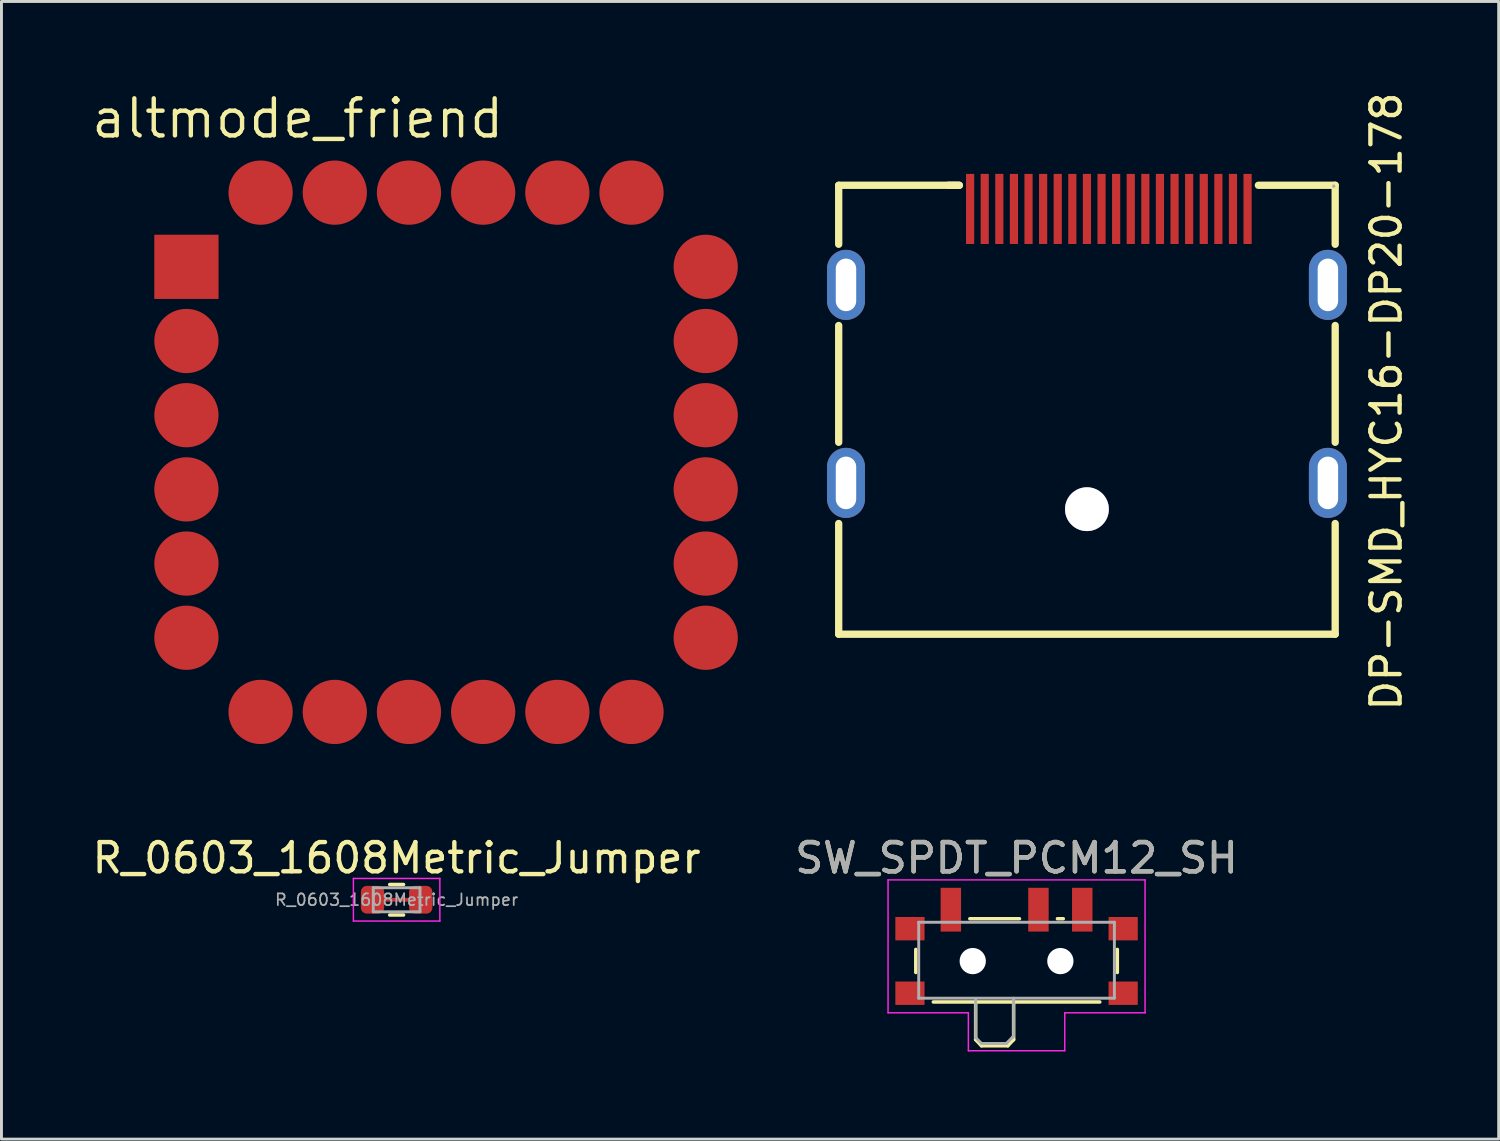
<source format=kicad_pcb>
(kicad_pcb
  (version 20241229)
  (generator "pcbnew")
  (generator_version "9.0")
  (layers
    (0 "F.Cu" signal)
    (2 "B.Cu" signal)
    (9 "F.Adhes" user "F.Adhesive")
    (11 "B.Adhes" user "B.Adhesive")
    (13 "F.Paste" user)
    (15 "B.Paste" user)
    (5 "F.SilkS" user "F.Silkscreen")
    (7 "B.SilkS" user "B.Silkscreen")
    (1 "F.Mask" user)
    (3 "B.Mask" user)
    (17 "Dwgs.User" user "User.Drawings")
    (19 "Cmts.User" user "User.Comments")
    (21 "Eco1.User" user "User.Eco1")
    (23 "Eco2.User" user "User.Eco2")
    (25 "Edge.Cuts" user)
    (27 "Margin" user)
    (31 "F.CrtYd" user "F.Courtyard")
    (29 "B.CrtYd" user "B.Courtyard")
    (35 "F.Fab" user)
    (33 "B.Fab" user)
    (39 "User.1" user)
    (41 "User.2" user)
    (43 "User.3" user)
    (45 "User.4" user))
  (footprint "altmode_friend"
    (layer "F.Cu")
    (at 12.223 12.436)
    (property "Reference" "altmode_friend" (at -5.08 -11.43 0) (layer "F.SilkS") (effects (font (size 1.27 1.27) (thickness 0.15))))
    (attr through_hole)
    (fp_rect (start -9.906 -7.366) (end -7.874 -5.334) (stroke (width 0.15) (type solid)) (fill no) (layer "Eco1.User"))
    (fp_circle (center -8.89 -3.81) (end -8.128 -3.048) (stroke (width 0.15) (type solid)) (fill no) (layer "Eco1.User"))
    (fp_circle (center -8.89 -1.27) (end -8.128 -2.032) (stroke (width 0.15) (type solid)) (fill no) (layer "Eco1.User"))
    (fp_circle (center -8.89 1.27) (end -8.128 0.508) (stroke (width 0.15) (type solid)) (fill no) (layer "Eco1.User"))
    (fp_circle (center -8.89 3.81) (end -8.128 3.048) (stroke (width 0.15) (type solid)) (fill no) (layer "Eco1.User"))
    (fp_circle (center -8.89 6.35) (end -8.128 5.588) (stroke (width 0.15) (type solid)) (fill no) (layer "Eco1.User"))
    (fp_circle (center -6.35 -8.89) (end -5.588 -9.652) (stroke (width 0.15) (type solid)) (fill no) (layer "Eco1.User"))
    (fp_circle (center -6.35 8.89) (end -5.588 8.128) (stroke (width 0.15) (type solid)) (fill no) (layer "Eco1.User"))
    (fp_circle (center -3.81 -8.89) (end -3.048 -9.652) (stroke (width 0.15) (type solid)) (fill no) (layer "Eco1.User"))
    (fp_circle (center -3.81 8.89) (end -3.048 8.128) (stroke (width 0.15) (type solid)) (fill no) (layer "Eco1.User"))
    (fp_circle (center -1.27 -8.89) (end -0.508 -9.652) (stroke (width 0.15) (type solid)) (fill no) (layer "Eco1.User"))
    (fp_circle (center -1.27 8.89) (end -0.508 8.128) (stroke (width 0.15) (type solid)) (fill no) (layer "Eco1.User"))
    (fp_circle (center 1.27 -8.89) (end 2.032 -9.652) (stroke (width 0.15) (type solid)) (fill no) (layer "Eco1.User"))
    (fp_circle (center 1.27 8.89) (end 2.032 8.128) (stroke (width 0.15) (type solid)) (fill no) (layer "Eco1.User"))
    (fp_circle (center 3.81 -8.89) (end 4.572 -9.652) (stroke (width 0.15) (type solid)) (fill no) (layer "Eco1.User"))
    (fp_circle (center 3.81 8.89) (end 4.572 8.128) (stroke (width 0.15) (type solid)) (fill no) (layer "Eco1.User"))
    (fp_circle (center 6.35 -8.89) (end 7.112 -9.652) (stroke (width 0.15) (type solid)) (fill no) (layer "Eco1.User"))
    (fp_circle (center 6.35 8.89) (end 7.112 8.128) (stroke (width 0.15) (type solid)) (fill no) (layer "Eco1.User"))
    (fp_circle (center 8.89 -6.35) (end 9.652 -7.112) (stroke (width 0.15) (type solid)) (fill no) (layer "Eco1.User"))
    (fp_circle (center 8.89 -3.81) (end 9.652 -4.572) (stroke (width 0.15) (type solid)) (fill no) (layer "Eco1.User"))
    (fp_circle (center 8.89 -1.27) (end 9.652 -2.032) (stroke (width 0.15) (type solid)) (fill no) (layer "Eco1.User"))
    (fp_circle (center 8.89 1.27) (end 9.652 0.508) (stroke (width 0.15) (type solid)) (fill no) (layer "Eco1.User"))
    (fp_circle (center 8.89 3.81) (end 9.652 3.048) (stroke (width 0.15) (type solid)) (fill no) (layer "Eco1.User"))
    (fp_circle (center 8.89 6.35) (end 9.652 5.588) (stroke (width 0.15) (type solid)) (fill no) (layer "Eco1.User"))
    (pad "1" smd rect (at -8.89 -6.35) (size 2.2 2.2) (layers "F.Cu" "F.Mask" "F.Paste"))
    (pad "2" smd circle (at -8.89 -3.81) (size 2.2 2.2) (layers "F.Cu" "F.Mask" "F.Paste"))
    (pad "3" smd circle (at -8.89 -1.27) (size 2.2 2.2) (layers "F.Cu" "F.Mask" "F.Paste"))
    (pad "4" smd circle (at -8.89 1.27) (size 2.2 2.2) (layers "F.Cu" "F.Mask" "F.Paste"))
    (pad "5" smd circle (at -8.89 3.81) (size 2.2 2.2) (layers "F.Cu" "F.Mask" "F.Paste"))
    (pad "6" smd circle (at -8.89 6.35) (size 2.2 2.2) (layers "F.Cu" "F.Mask" "F.Paste"))
    (pad "7" smd circle (at -6.35 8.89) (size 2.2 2.2) (layers "F.Cu" "F.Mask" "F.Paste"))
    (pad "8" smd circle (at -3.81 8.89) (size 2.2 2.2) (layers "F.Cu" "F.Mask" "F.Paste"))
    (pad "9" smd circle (at -1.27 8.89) (size 2.2 2.2) (layers "F.Cu" "F.Mask" "F.Paste"))
    (pad "10" smd circle (at 1.27 8.89) (size 2.2 2.2) (layers "F.Cu" "F.Mask" "F.Paste"))
    (pad "11" smd circle (at 3.81 8.89) (size 2.2 2.2) (layers "F.Cu" "F.Mask" "F.Paste"))
    (pad "12" smd circle (at 6.35 8.89) (size 2.2 2.2) (layers "F.Cu" "F.Mask" "F.Paste"))
    (pad "13" smd circle (at 8.89 6.35) (size 2.2 2.2) (layers "F.Cu" "F.Mask" "F.Paste"))
    (pad "14" smd circle (at 8.89 3.81) (size 2.2 2.2) (layers "F.Cu" "F.Mask" "F.Paste"))
    (pad "15" smd circle (at 8.89 1.27) (size 2.2 2.2) (layers "F.Cu" "F.Mask" "F.Paste"))
    (pad "16" smd circle (at 8.89 -1.27) (size 2.2 2.2) (layers "F.Cu" "F.Mask" "F.Paste"))
    (pad "17" smd circle (at 8.89 -3.81) (size 2.2 2.2) (layers "F.Cu" "F.Mask" "F.Paste"))
    (pad "18" smd circle (at 8.89 -6.35) (size 2.2 2.2) (layers "F.Cu" "F.Mask" "F.Paste"))
    (pad "19" smd circle (at 6.35 -8.89) (size 2.2 2.2) (layers "F.Cu" "F.Mask" "F.Paste"))
    (pad "20" smd circle (at 3.81 -8.89) (size 2.2 2.2) (layers "F.Cu" "F.Mask" "F.Paste"))
    (pad "21" smd circle (at 1.27 -8.89) (size 2.2 2.2) (layers "F.Cu" "F.Mask" "F.Paste"))
    (pad "22" smd circle (at -1.27 -8.89) (size 2.2 2.2) (layers "F.Cu" "F.Mask" "F.Paste"))
    (pad "23" smd circle (at -3.81 -8.89) (size 2.2 2.2) (layers "F.Cu" "F.Mask" "F.Paste"))
    (pad "24" smd circle (at -6.35 -8.89) (size 2.2 2.2) (layers "F.Cu" "F.Mask" "F.Paste")))
  (footprint "DP-SMD_HYC16-DP20-178"
    (layer "F.Cu")
    (at 34.166 8.794)
    (property "Reference" "DP-SMD_HYC16-DP20-178" (at 10.25 1.903 90) (layer "F.SilkS") (effects (font (size 1 1) (thickness 0.15))))
    (attr through_hole)
    (fp_line (start -8.5 -5.5) (end -8.5 -3.48) (stroke (width 0.25) (type solid)) (layer "F.SilkS"))
    (fp_line (start -8.5 -0.7) (end -8.5 3.3) (stroke (width 0.25) (type solid)) (layer "F.SilkS"))
    (fp_line (start -8.5 6.08) (end -8.5 9.87) (stroke (width 0.25) (type solid)) (layer "F.SilkS"))
    (fp_line (start -4.37 -5.5) (end -8.5 -5.5) (stroke (width 0.25) (type solid)) (layer "F.SilkS"))
    (fp_line (start -4.37 -5.5) (end -4.75 -5.5) (stroke (width 0.25) (type solid)) (layer "F.SilkS"))
    (fp_line (start 5.87 -5.5) (end 8.5 -5.5) (stroke (width 0.25) (type solid)) (layer "F.SilkS"))
    (fp_line (start 8.5 -5.5) (end 8.5 -3.48) (stroke (width 0.25) (type solid)) (layer "F.SilkS"))
    (fp_line (start 8.5 -0.7) (end 8.5 3.3) (stroke (width 0.25) (type solid)) (layer "F.SilkS"))
    (fp_line (start 8.5 6.08) (end 8.5 9.87) (stroke (width 0.25) (type solid)) (layer "F.SilkS"))
    (fp_line (start 8.5 9.87) (end -8.5 9.87) (stroke (width 0.25) (type solid)) (layer "F.SilkS"))
    (fp_circle (center 0 5.59) (end 0.33 5.59) (stroke (width 0.65) (type solid)) (fill no) (layer "Cmts.User"))
    (fp_circle (center 8.45 -5.47) (end 8.48 -5.47) (stroke (width 0.06) (type solid)) (fill no) (layer "F.Fab"))
    (pad "" thru_hole circle (at 0 5.59) (size 1.5 1.5) (drill 1.5) (layers "*.Cu" "*.Mask"))
    (pad "1" smd rect (at 5.5 -4.69) (size 0.28 2.4) (layers "F.Cu" "F.Mask" "F.Paste"))
    (pad "2" smd rect (at 5 -4.69) (size 0.28 2.4) (layers "F.Cu" "F.Mask" "F.Paste"))
    (pad "3" smd rect (at 4.5 -4.69) (size 0.28 2.4) (layers "F.Cu" "F.Mask" "F.Paste"))
    (pad "4" smd rect (at 4 -4.69) (size 0.28 2.4) (layers "F.Cu" "F.Mask" "F.Paste"))
    (pad "5" smd rect (at 3.5 -4.69) (size 0.28 2.4) (layers "F.Cu" "F.Mask" "F.Paste"))
    (pad "6" smd rect (at 3 -4.69) (size 0.28 2.4) (layers "F.Cu" "F.Mask" "F.Paste"))
    (pad "7" smd rect (at 2.5 -4.69) (size 0.28 2.4) (layers "F.Cu" "F.Mask" "F.Paste"))
    (pad "8" smd rect (at 2 -4.69) (size 0.28 2.4) (layers "F.Cu" "F.Mask" "F.Paste"))
    (pad "9" smd rect (at 1.5 -4.69) (size 0.28 2.4) (layers "F.Cu" "F.Mask" "F.Paste"))
    (pad "10" smd rect (at 1 -4.69) (size 0.28 2.4) (layers "F.Cu" "F.Mask" "F.Paste"))
    (pad "11" smd rect (at 0.5 -4.69) (size 0.28 2.4) (layers "F.Cu" "F.Mask" "F.Paste"))
    (pad "12" smd rect (at 0 -4.69) (size 0.28 2.4) (layers "F.Cu" "F.Mask" "F.Paste"))
    (pad "13" smd rect (at -0.5 -4.69) (size 0.28 2.4) (layers "F.Cu" "F.Mask" "F.Paste"))
    (pad "14" smd rect (at -1 -4.69) (size 0.28 2.4) (layers "F.Cu" "F.Mask" "F.Paste"))
    (pad "15" smd rect (at -1.5 -4.69) (size 0.28 2.4) (layers "F.Cu" "F.Mask" "F.Paste"))
    (pad "16" smd rect (at -2 -4.69) (size 0.28 2.4) (layers "F.Cu" "F.Mask" "F.Paste"))
    (pad "17" smd rect (at -2.5 -4.69) (size 0.28 2.4) (layers "F.Cu" "F.Mask" "F.Paste"))
    (pad "18" smd rect (at -3 -4.69) (size 0.28 2.4) (layers "F.Cu" "F.Mask" "F.Paste"))
    (pad "19" smd rect (at -3.5 -4.69) (size 0.28 2.4) (layers "F.Cu" "F.Mask" "F.Paste"))
    (pad "20" smd rect (at -4 -4.69) (size 0.28 2.4) (layers "F.Cu" "F.Mask" "F.Paste"))
    (pad "21" thru_hole oval (at -8.25 -2.09) (size 1.3 2.4) (drill oval 0.7 1.8) (layers "*.Cu" "*.Paste" "*.Mask"))
    (pad "22" thru_hole oval (at -8.25 4.69) (size 1.3 2.4) (drill oval 0.7 1.8) (layers "*.Cu" "*.Paste" "*.Mask"))
    (pad "23" thru_hole oval (at 8.25 4.69) (size 1.3 2.4) (drill oval 0.7 1.8) (layers "*.Cu" "*.Paste" "*.Mask"))
    (pad "24" thru_hole oval (at 8.25 -2.09) (size 1.3 2.4) (drill oval 0.7 1.8) (layers "*.Cu" "*.Paste" "*.Mask")))
  (footprint "R_0603_1608Metric_Jumper"
    (layer "F.Cu")
    (at 10.53 27.757)
    (property "Reference" "R_0603_1608Metric_Jumper" (at 0 -1.43 180) (layer "F.SilkS") (effects (font (size 1 1) (thickness 0.15))))
    (attr smd exclude_from_bom allow_soldermask_bridges)
    (fp_rect (start -0.42 -0.06) (end 0.42 0.06) (stroke (width 0.01) (type solid)) (fill yes) (layer "F.Cu"))
    (fp_rect (start -0.45 -0.18) (end 0.45 0.18) (stroke (width 0.12) (type solid)) (fill yes) (layer "F.Mask"))
    (fp_line (start -0.237 -0.522) (end 0.237 -0.522) (stroke (width 0.12) (type solid)) (layer "F.SilkS"))
    (fp_line (start -0.237 0.522) (end 0.237 0.522) (stroke (width 0.12) (type solid)) (layer "F.SilkS"))
    (fp_line (start -1.48 -0.73) (end 1.48 -0.73) (stroke (width 0.05) (type solid)) (layer "F.CrtYd"))
    (fp_line (start -1.48 0.73) (end -1.48 -0.73) (stroke (width 0.05) (type solid)) (layer "F.CrtYd"))
    (fp_line (start 1.48 -0.73) (end 1.48 0.73) (stroke (width 0.05) (type solid)) (layer "F.CrtYd"))
    (fp_line (start 1.48 0.73) (end -1.48 0.73) (stroke (width 0.05) (type solid)) (layer "F.CrtYd"))
    (fp_line (start -0.8 -0.412) (end 0.8 -0.412) (stroke (width 0.1) (type solid)) (layer "F.Fab"))
    (fp_line (start -0.8 0.412) (end -0.8 -0.412) (stroke (width 0.1) (type solid)) (layer "F.Fab"))
    (fp_line (start 0.8 -0.412) (end 0.8 0.412) (stroke (width 0.1) (type solid)) (layer "F.Fab"))
    (fp_line (start 0.8 0.412) (end -0.8 0.412) (stroke (width 0.1) (type solid)) (layer "F.Fab"))
    (fp_text user "${REFERENCE}" (at 0 0 180) (layer "F.Fab") (effects (font (size 0.4 0.4) (thickness 0.06))))
    (pad "1" smd roundrect (at -0.825 0) (size 0.8 0.95) (layers "F.Cu" "F.Mask" "F.Paste") (roundrect_rratio 0.25))
    (pad "2" smd roundrect (at 0.825 0) (size 0.8 0.95) (layers "F.Cu" "F.Mask" "F.Paste") (roundrect_rratio 0.25)))
  (footprint "SW_SPDT_PCM12_SH"
    (layer "F.Cu")
    (at 31.756 29.527)
    (property "Reference" "SW_SPDT_PCM12_SH" (at 0 -3.2 0) (layer "F.SilkS") (effects (font (size 1 1) (thickness 0.15))))
    (attr smd)
    (fp_line (start -3.45 -0.07) (end -3.45 0.72) (stroke (width 0.12) (type solid)) (layer "F.SilkS"))
    (fp_line (start -2.85 1.73) (end 2.85 1.73) (stroke (width 0.12) (type solid)) (layer "F.SilkS"))
    (fp_line (start -1.6 -1.12) (end 0.1 -1.12) (stroke (width 0.12) (type solid)) (layer "F.SilkS"))
    (fp_line (start -1.4 1.73) (end -1.4 3.02) (stroke (width 0.12) (type solid)) (layer "F.SilkS"))
    (fp_line (start -1.4 3.02) (end -1.2 3.23) (stroke (width 0.12) (type solid)) (layer "F.SilkS"))
    (fp_line (start -1.2 3.23) (end -0.3 3.23) (stroke (width 0.12) (type solid)) (layer "F.SilkS"))
    (fp_line (start -0.1 3.02) (end -0.3 3.23) (stroke (width 0.12) (type solid)) (layer "F.SilkS"))
    (fp_line (start -0.1 3.02) (end -0.1 1.73) (stroke (width 0.12) (type solid)) (layer "F.SilkS"))
    (fp_line (start 1.4 -1.12) (end 1.6 -1.12) (stroke (width 0.12) (type solid)) (layer "F.SilkS"))
    (fp_line (start 3.45 0.72) (end 3.45 -0.07) (stroke (width 0.12) (type solid)) (layer "F.SilkS"))
    (fp_line (start -4.4 -2.45) (end 4.4 -2.45) (stroke (width 0.05) (type solid)) (layer "F.CrtYd"))
    (fp_line (start -4.4 2.1) (end -4.4 -2.45) (stroke (width 0.05) (type solid)) (layer "F.CrtYd"))
    (fp_line (start -1.65 2.1) (end -4.4 2.1) (stroke (width 0.05) (type solid)) (layer "F.CrtYd"))
    (fp_line (start -1.65 3.4) (end -1.65 2.1) (stroke (width 0.05) (type solid)) (layer "F.CrtYd"))
    (fp_line (start 1.65 2.1) (end 1.65 3.4) (stroke (width 0.05) (type solid)) (layer "F.CrtYd"))
    (fp_line (start 1.65 3.4) (end -1.65 3.4) (stroke (width 0.05) (type solid)) (layer "F.CrtYd"))
    (fp_line (start 4.4 -2.45) (end 4.4 2.1) (stroke (width 0.05) (type solid)) (layer "F.CrtYd"))
    (fp_line (start 4.4 2.1) (end 1.65 2.1) (stroke (width 0.05) (type solid)) (layer "F.CrtYd"))
    (fp_line (start -3.35 -1) (end -3.35 1.6) (stroke (width 0.1) (type solid)) (layer "F.Fab"))
    (fp_line (start -3.35 1.6) (end 3.35 1.6) (stroke (width 0.1) (type solid)) (layer "F.Fab"))
    (fp_line (start -1.4 1.65) (end -1.4 2.95) (stroke (width 0.1) (type solid)) (layer "F.Fab"))
    (fp_line (start -1.4 2.95) (end -1.2 3.15) (stroke (width 0.1) (type solid)) (layer "F.Fab"))
    (fp_line (start -1.2 3.15) (end -0.35 3.15) (stroke (width 0.1) (type solid)) (layer "F.Fab"))
    (fp_line (start -0.35 3.15) (end -0.15 2.95) (stroke (width 0.1) (type solid)) (layer "F.Fab"))
    (fp_line (start -0.15 2.95) (end -0.1 2.9) (stroke (width 0.1) (type solid)) (layer "F.Fab"))
    (fp_line (start -0.1 2.9) (end -0.1 1.6) (stroke (width 0.1) (type solid)) (layer "F.Fab"))
    (fp_line (start 3.35 -1) (end -3.35 -1) (stroke (width 0.1) (type solid)) (layer "F.Fab"))
    (fp_line (start 3.35 1.6) (end 3.35 -1) (stroke (width 0.1) (type solid)) (layer "F.Fab"))
    (fp_text user "${REFERENCE}" (at 0 -3.2 0) (layer "F.Fab") (effects (font (size 1 1) (thickness 0.15))))
    (pad "" np_thru_hole circle (at -1.5 0.33) (size 0.9 0.9) (drill 0.9) (layers "*.Cu" "*.Mask"))
    (pad "" np_thru_hole circle (at 1.5 0.33) (size 0.9 0.9) (drill 0.9) (layers "*.Cu" "*.Mask"))
    (pad "1" smd rect (at -2.25 -1.43) (size 0.7 1.5) (layers "F.Cu" "F.Mask" "F.Paste"))
    (pad "2" smd rect (at 0.75 -1.43) (size 0.7 1.5) (layers "F.Cu" "F.Mask" "F.Paste"))
    (pad "3" smd rect (at 2.25 -1.43) (size 0.7 1.5) (layers "F.Cu" "F.Mask" "F.Paste"))
    (pad "SH" smd rect (at -3.65 -0.78) (size 1 0.8) (layers "F.Cu" "F.Mask" "F.Paste"))
    (pad "SH" smd rect (at -3.65 1.43) (size 1 0.8) (layers "F.Cu" "F.Mask" "F.Paste"))
    (pad "SH" smd rect (at 3.65 -0.78) (size 1 0.8) (layers "F.Cu" "F.Mask" "F.Paste"))
    (pad "SH" smd rect (at 3.65 1.43) (size 1 0.8) (layers "F.Cu" "F.Mask" "F.Paste")))
  (gr_rect
    (start -3 -3)
    (end 48.264 35.952)
    (stroke (width 0.1) (type default))
    (fill no)
    (layer "Edge.Cuts")))
</source>
